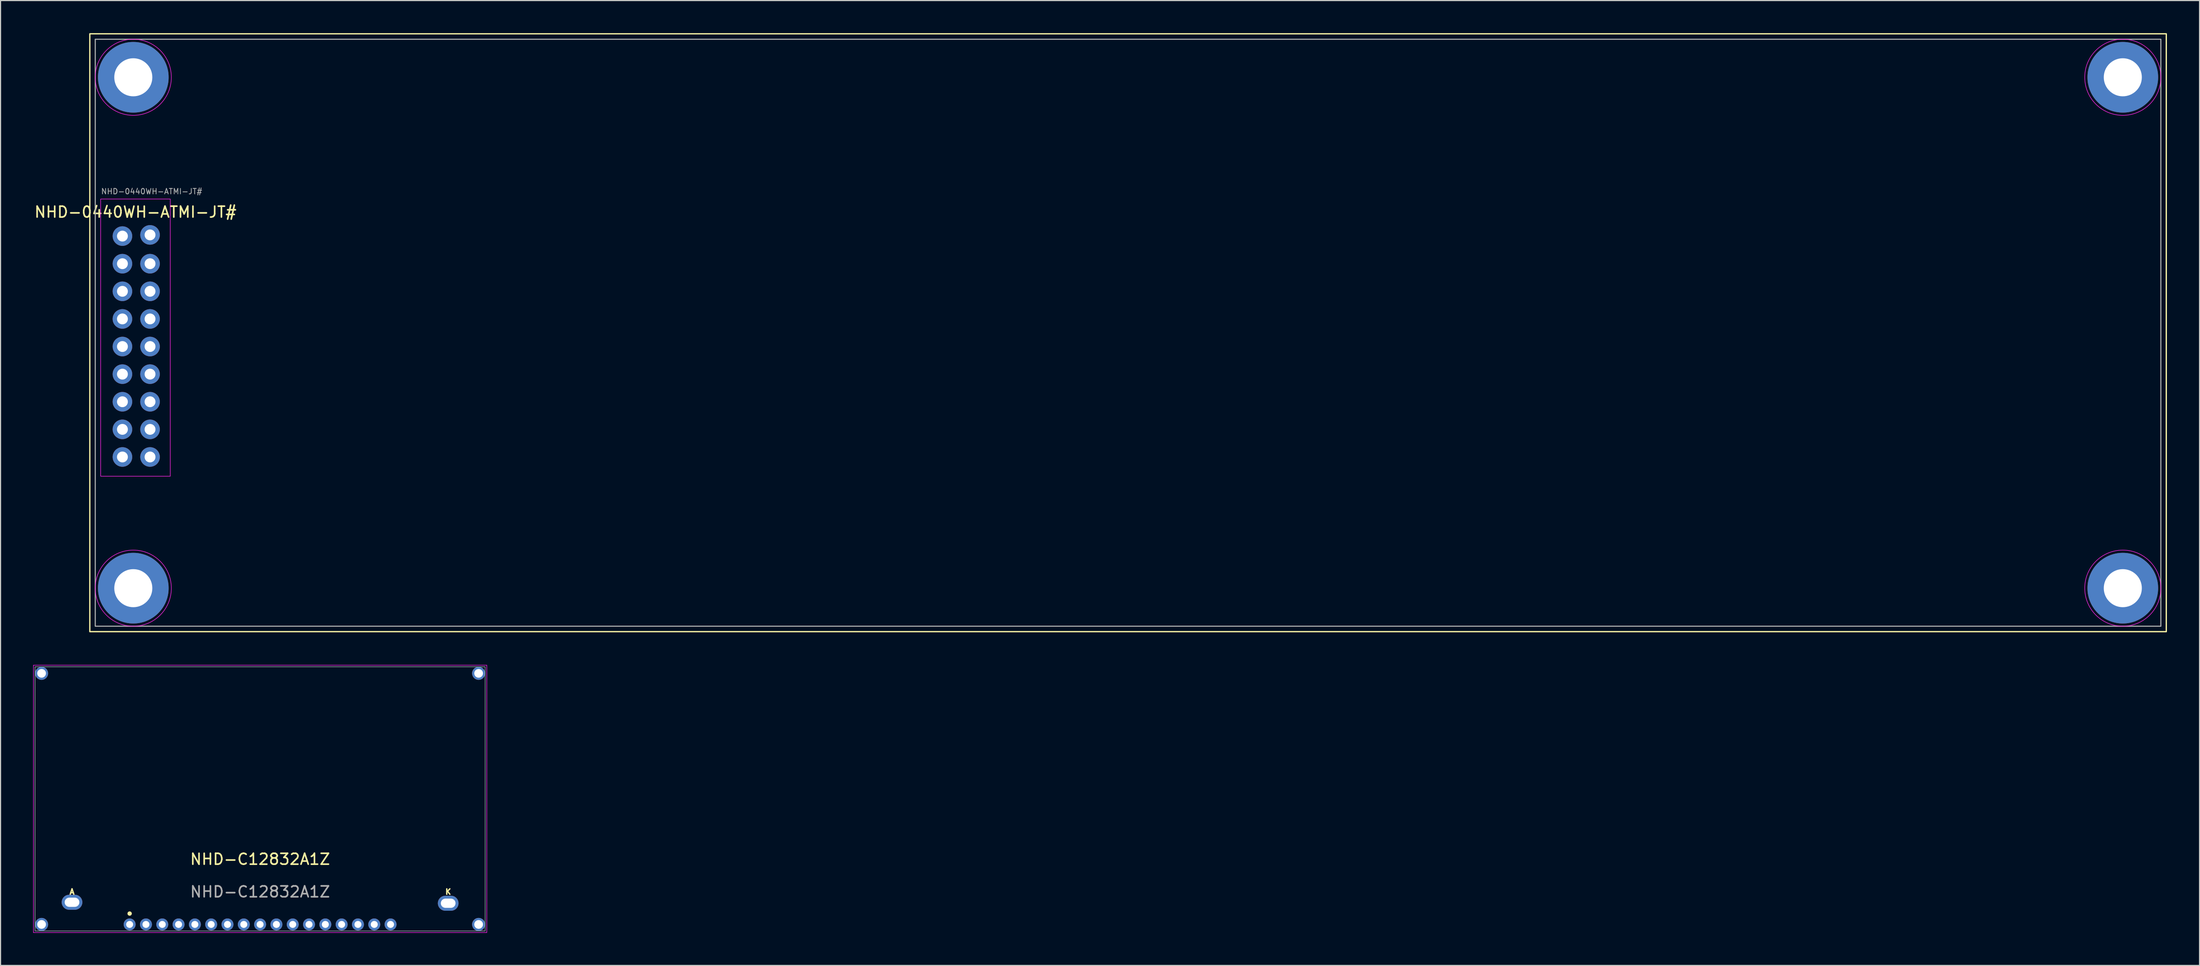
<source format=kicad_pcb>
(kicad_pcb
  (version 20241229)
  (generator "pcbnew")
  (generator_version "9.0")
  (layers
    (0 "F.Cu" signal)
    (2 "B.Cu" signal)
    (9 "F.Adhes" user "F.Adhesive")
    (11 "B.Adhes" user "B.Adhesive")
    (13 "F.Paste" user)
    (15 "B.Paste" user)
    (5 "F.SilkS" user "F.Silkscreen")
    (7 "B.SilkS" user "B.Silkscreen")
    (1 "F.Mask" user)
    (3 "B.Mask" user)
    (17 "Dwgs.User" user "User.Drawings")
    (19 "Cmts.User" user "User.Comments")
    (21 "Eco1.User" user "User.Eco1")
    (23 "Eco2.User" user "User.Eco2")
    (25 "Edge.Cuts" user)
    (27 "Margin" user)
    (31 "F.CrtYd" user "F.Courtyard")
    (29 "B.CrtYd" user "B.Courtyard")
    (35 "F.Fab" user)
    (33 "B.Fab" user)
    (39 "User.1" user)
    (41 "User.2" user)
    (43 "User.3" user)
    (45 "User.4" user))
  (footprint "NHD-C12832A1Z"
    (layer "F.Cu")
    (at 20.875 81.995)
    (property "Reference" "NHD-C12832A1Z" (at 0 -6 0) (unlocked yes) (layer "F.SilkS") (effects (font (size 1 1) (thickness 0.15))))
    (attr through_hole)
    (fp_circle (center -12 -1) (end -11.8 -1) (stroke (width 0) (type solid)) (fill yes) (layer "F.SilkS"))
    (fp_rect (start -20.85 -23.85) (end 20.85 0.75) (stroke (width 0.05) (type solid)) (fill no) (layer "F.CrtYd"))
    (fp_rect (start -20.7 -23.7) (end 20.7 0.6) (stroke (width 0.05) (type solid)) (fill no) (layer "F.Fab"))
    (fp_rect (start -18 -20.8) (end 18 -8.8) (stroke (width 0.1) (type solid)) (fill no) (layer "User.2"))
    (fp_rect (start -15.99 -18.89) (end 15.99 -10.91) (stroke (width 0.2) (type solid)) (fill no) (layer "User.3"))
    (fp_line (start 0 -18.89) (end 0 -10.91) (stroke (width 0.1) (type solid)) (layer "User.4"))
    (fp_text user "K" (at 17.3 -3 0) (unlocked yes) (layer "F.SilkS") (effects (font (size 0.5 0.5) (thickness 0.125))))
    (fp_text user "A" (at -17.3 -3 0) (unlocked yes) (layer "F.SilkS") (effects (font (size 0.5 0.5) (thickness 0.125))))
    (fp_text user "${REFERENCE}" (at 0 -3 0) (unlocked yes) (layer "F.Fab") (effects (font (size 1 1) (thickness 0.15))))
    (fp_text user "VIEW AREA" (at 0 -14.9 0) (unlocked yes) (layer "User.3") (effects (font (size 1.25 1.25) (thickness 0.3))))
    (pad "" np_thru_hole circle (at -20.1 -23.1) (size 1.2 1.2) (drill 0.8) (layers "*.Cu" "*.Mask"))
    (pad "" np_thru_hole circle (at -20.1 0) (size 1.2 1.2) (drill 0.8) (layers "*.Cu" "*.Mask"))
    (pad "" np_thru_hole circle (at 20.1 -23.1) (size 1.2 1.2) (drill 0.8) (layers "*.Cu" "*.Mask"))
    (pad "" np_thru_hole circle (at 20.1 0) (size 1.2 1.2) (drill 0.8) (layers "*.Cu" "*.Mask"))
    (pad "1" thru_hole circle (at -12 0) (size 1.1 1.1) (drill 0.64) (layers "*.Cu" "*.Mask"))
    (pad "2" thru_hole circle (at -10.5 0) (size 1.1 1.1) (drill 0.64) (layers "*.Cu" "*.Mask"))
    (pad "3" thru_hole circle (at -9 0) (size 1.1 1.1) (drill 0.64) (layers "*.Cu" "*.Mask"))
    (pad "4" thru_hole circle (at -7.5 0) (size 1.1 1.1) (drill 0.64) (layers "*.Cu" "*.Mask"))
    (pad "5" thru_hole circle (at -6 0) (size 1.1 1.1) (drill 0.64) (layers "*.Cu" "*.Mask"))
    (pad "6" thru_hole circle (at -4.5 0) (size 1.1 1.1) (drill 0.64) (layers "*.Cu" "*.Mask"))
    (pad "7" thru_hole circle (at -3 0) (size 1.1 1.1) (drill 0.64) (layers "*.Cu" "*.Mask"))
    (pad "8" thru_hole circle (at -1.5 0) (size 1.1 1.1) (drill 0.64) (layers "*.Cu" "*.Mask"))
    (pad "9" thru_hole circle (at 0 0) (size 1.1 1.1) (drill 0.64) (layers "*.Cu" "*.Mask"))
    (pad "10" thru_hole circle (at 1.5 0) (size 1.1 1.1) (drill 0.64) (layers "*.Cu" "*.Mask"))
    (pad "11" thru_hole circle (at 3 0) (size 1.1 1.1) (drill 0.64) (layers "*.Cu" "*.Mask"))
    (pad "12" thru_hole circle (at 4.5 0) (size 1.1 1.1) (drill 0.64) (layers "*.Cu" "*.Mask"))
    (pad "13" thru_hole circle (at 6 0) (size 1.1 1.1) (drill 0.64) (layers "*.Cu" "*.Mask"))
    (pad "14" thru_hole circle (at 7.5 0) (size 1.1 1.1) (drill 0.64) (layers "*.Cu" "*.Mask"))
    (pad "15" thru_hole circle (at 9 0) (size 1.1 1.1) (drill 0.64) (layers "*.Cu" "*.Mask"))
    (pad "16" thru_hole circle (at 10.5 0) (size 1.1 1.1) (drill 0.64) (layers "*.Cu" "*.Mask"))
    (pad "17" thru_hole circle (at 12 0) (size 1.1 1.1) (drill 0.64) (layers "*.Cu" "*.Mask"))
    (pad "A" thru_hole oval (at -17.3 -2.04) (size 1.9 1.38) (drill oval 1.35 0.85) (layers "*.Cu" "*.Mask"))
    (pad "K" thru_hole oval (at 17.3 -1.95) (size 1.9 1.38) (drill oval 1.35 0.85) (layers "*.Cu" "*.Mask")))
  (footprint "NHD-0440WH-ATMI-JT#"
    (layer "F.Cu")
    (at 5.711 0.56)
    (property "Reference" "NHD-0440WH-ATMI-JT#" (at 3.7 15.9 0) (unlocked yes) (layer "F.SilkS") (effects (font (size 1 1) (thickness 0.15))))
    (attr through_hole)
    (fp_rect (start -0.5 -0.5) (end 190.5 54.5) (stroke (width 0.12) (type default)) (fill no) (layer "F.SilkS"))
    (fp_rect (start 0.5 14.7) (end 6.9 40.2) (stroke (width 0.05) (type default)) (fill no) (layer "F.CrtYd"))
    (fp_circle (center 3.5 3.5) (end 0 3.5) (stroke (width 0.05) (type default)) (fill no) (layer "F.CrtYd"))
    (fp_circle (center 3.5 50.5) (end 0 50.5) (stroke (width 0.05) (type default)) (fill no) (layer "F.CrtYd"))
    (fp_circle (center 186.5 3.5) (end 183 3.5) (stroke (width 0.05) (type default)) (fill no) (layer "F.CrtYd"))
    (fp_circle (center 186.5 50.5) (end 183 50.5) (stroke (width 0.05) (type default)) (fill no) (layer "F.CrtYd"))
    (fp_rect (start 0 0) (end 190 54) (stroke (width 0.1) (type default)) (fill no) (layer "F.Fab"))
    (fp_rect (start 21.5 12.25) (end 168.5 41.75) (stroke (width 0.12) (type default)) (fill no) (layer "User.2"))
    (fp_text user "${REFERENCE}" (at 0.5 14 0) (unlocked yes) (layer "F.Fab") (effects (font (size 0.5 0.5) (thickness 0.075)) (justify left)))
    (fp_text user "LCD MODULE VIEWING AREA" (at 95 27 0) (unlocked yes) (layer "User.2") (effects (font (size 2 2) (thickness 0.25))))
    (dimension (type aligned) (layer "User.3") (pts (xy 192.211 4.06) (xy 192.211 51.16)) (height 0) (format (prefix "") (suffix "") (units 3) (units_format 1) (precision 4)) (style (thickness 0.12) (arrow_length 1.27) (text_position_mode 0) (arrow_direction outward) (extension_height 0.586) (extension_offset 0.5) (keep_text_aligned yes)) (gr_text "47.1000 mm" (at 191.061 27.61 90) (layer "User.3") (effects (font (size 1 1) (thickness 0.15)))))
    (dimension (type aligned) (layer "User.3") (pts (xy 9.211 51.06) (xy 192.211 51.06)) (height 0.1) (format (prefix "") (suffix "") (units 3) (units_format 1) (precision 4)) (style (thickness 0.12) (arrow_length 1.27) (text_position_mode 0) (arrow_direction outward) (extension_height 0.586) (extension_offset 0.5) (keep_text_aligned yes)) (gr_text "183.0000 mm" (at 100.711 50.01 0) (layer "User.3") (effects (font (size 1 1) (thickness 0.15)))))
    (pad "1" thru_hole circle (at 2.5 18.11) (size 1.8 1.8) (drill 1) (layers "*.Cu" "*.Mask"))
    (pad "2" thru_hole circle (at 5.04 18) (size 1.8 1.8) (drill 1) (layers "*.Cu" "*.Mask"))
    (pad "3" thru_hole circle (at 2.5 20.65) (size 1.8 1.8) (drill 1) (layers "*.Cu" "*.Mask"))
    (pad "4" thru_hole circle (at 5.04 20.65) (size 1.8 1.8) (drill 1) (layers "*.Cu" "*.Mask"))
    (pad "5" thru_hole circle (at 2.5 23.19) (size 1.8 1.8) (drill 1) (layers "*.Cu" "*.Mask"))
    (pad "6" thru_hole circle (at 5.04 23.19) (size 1.8 1.8) (drill 1) (layers "*.Cu" "*.Mask"))
    (pad "7" thru_hole circle (at 2.5 25.73) (size 1.8 1.8) (drill 1) (layers "*.Cu" "*.Mask"))
    (pad "8" thru_hole circle (at 5.04 25.73) (size 1.8 1.8) (drill 1) (layers "*.Cu" "*.Mask"))
    (pad "9" thru_hole circle (at 2.5 28.27) (size 1.8 1.8) (drill 1) (layers "*.Cu" "*.Mask"))
    (pad "10" thru_hole circle (at 5.04 28.27) (size 1.8 1.8) (drill 1) (layers "*.Cu" "*.Mask"))
    (pad "11" thru_hole circle (at 2.5 30.81) (size 1.8 1.8) (drill 1) (layers "*.Cu" "*.Mask"))
    (pad "12" thru_hole circle (at 5.04 30.81) (size 1.8 1.8) (drill 1) (layers "*.Cu" "*.Mask"))
    (pad "13" thru_hole circle (at 2.5 33.35) (size 1.8 1.8) (drill 1) (layers "*.Cu" "*.Mask"))
    (pad "14" thru_hole circle (at 5.04 33.35) (size 1.8 1.8) (drill 1) (layers "*.Cu" "*.Mask"))
    (pad "15" thru_hole circle (at 2.5 35.89) (size 1.8 1.8) (drill 1) (layers "*.Cu" "*.Mask"))
    (pad "16" thru_hole circle (at 5.04 35.89) (size 1.8 1.8) (drill 1) (layers "*.Cu" "*.Mask"))
    (pad "17" thru_hole circle (at 2.5 38.43) (size 1.8 1.8) (drill 1) (layers "*.Cu" "*.Mask"))
    (pad "18" thru_hole circle (at 5.04 38.43) (size 1.8 1.8) (drill 1) (layers "*.Cu" "*.Mask"))
    (pad "MP" thru_hole circle (at 3.5 3.5) (size 6.5 6.5) (drill 3.5) (layers "*.Cu" "*.Mask"))
    (pad "MP" thru_hole circle (at 3.5 50.5) (size 6.5 6.5) (drill 3.5) (layers "*.Cu" "*.Mask"))
    (pad "MP" thru_hole circle (at 186.5 3.5) (size 6.5 6.5) (drill 3.5) (layers "*.Cu" "*.Mask"))
    (pad "MP" thru_hole circle (at 186.5 50.5) (size 6.5 6.5) (drill 3.5) (layers "*.Cu" "*.Mask")))
  (gr_rect
    (start -3 -3)
    (end 199.271 85.77)
    (stroke (width 0.1) (type default))
    (fill no)
    (layer "Edge.Cuts")))
</source>
